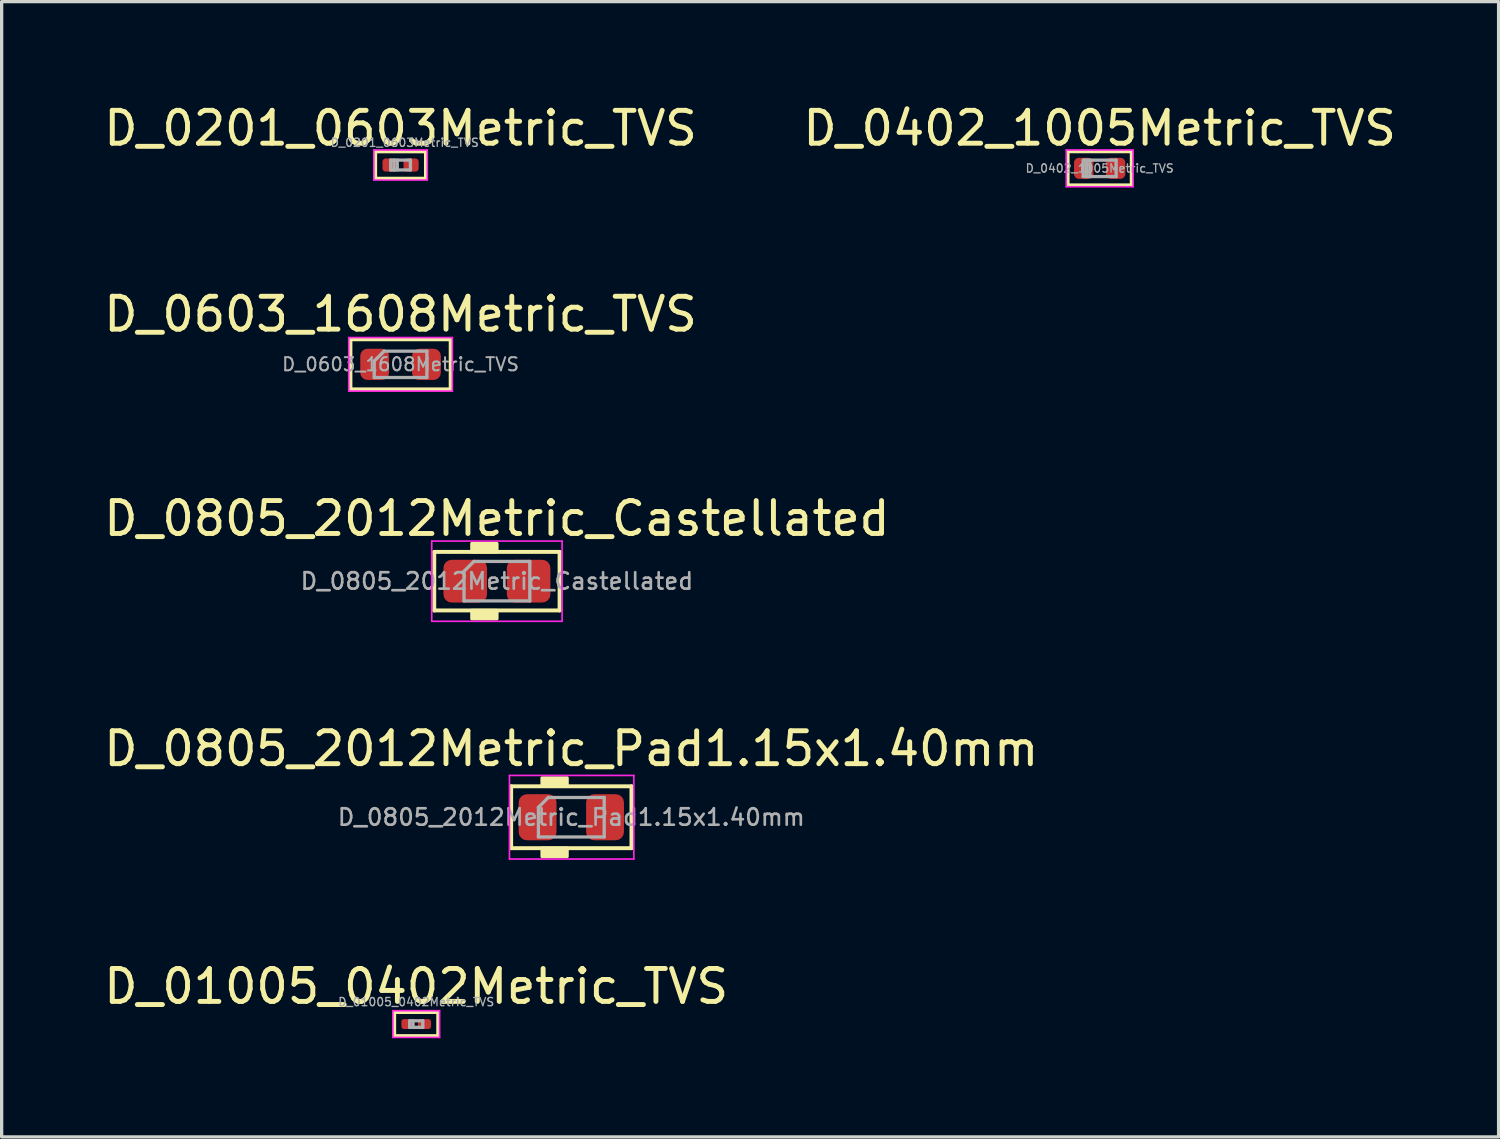
<source format=kicad_pcb>
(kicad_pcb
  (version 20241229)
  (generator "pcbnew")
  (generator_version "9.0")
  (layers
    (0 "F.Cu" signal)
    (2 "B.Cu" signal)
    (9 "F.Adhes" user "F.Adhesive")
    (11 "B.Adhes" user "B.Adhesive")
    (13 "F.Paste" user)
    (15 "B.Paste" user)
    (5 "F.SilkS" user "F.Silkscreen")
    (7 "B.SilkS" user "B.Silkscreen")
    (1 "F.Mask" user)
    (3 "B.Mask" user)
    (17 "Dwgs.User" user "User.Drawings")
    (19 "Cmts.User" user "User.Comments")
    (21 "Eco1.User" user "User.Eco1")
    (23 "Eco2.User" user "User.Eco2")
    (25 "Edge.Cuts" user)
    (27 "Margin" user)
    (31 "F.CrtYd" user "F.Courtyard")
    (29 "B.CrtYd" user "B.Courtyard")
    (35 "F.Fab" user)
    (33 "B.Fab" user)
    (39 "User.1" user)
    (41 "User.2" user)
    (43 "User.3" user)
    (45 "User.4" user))
  (footprint "D_0201_0603Metric_TVS"
    (layer "F.Cu")
    (at 9.125 1.966)
    (property "Reference" "D_0201_0603Metric_TVS" (at 0 -1.118 0) (layer "F.SilkS") (effects (font (size 1 1) (thickness 0.15))))
    (attr smd)
    (fp_line (start -0.762 -0.406) (end 0.762 -0.406) (stroke (width 0.1) (type solid)) (layer "F.SilkS"))
    (fp_line (start -0.762 0.406) (end -0.762 -0.406) (stroke (width 0.1) (type solid)) (layer "F.SilkS"))
    (fp_line (start 0.762 -0.406) (end 0.762 0.406) (stroke (width 0.1) (type solid)) (layer "F.SilkS"))
    (fp_line (start 0.762 0.406) (end -0.762 0.406) (stroke (width 0.1) (type solid)) (layer "F.SilkS"))
    (fp_line (start -0.813 -0.457) (end 0.813 -0.457) (stroke (width 0.05) (type solid)) (layer "F.CrtYd"))
    (fp_line (start -0.813 0.457) (end -0.813 -0.457) (stroke (width 0.05) (type solid)) (layer "F.CrtYd"))
    (fp_line (start 0.813 0.457) (end -0.813 0.457) (stroke (width 0.05) (type solid)) (layer "F.CrtYd"))
    (fp_line (start 0.813 0.457) (end 0.813 -0.457) (stroke (width 0.05) (type solid)) (layer "F.CrtYd"))
    (fp_line (start -0.3 -0.15) (end 0.3 -0.15) (stroke (width 0.1) (type solid)) (layer "F.Fab"))
    (fp_line (start -0.3 0.15) (end -0.3 -0.15) (stroke (width 0.1) (type solid)) (layer "F.Fab"))
    (fp_line (start -0.2 0.15) (end -0.2 -0.15) (stroke (width 0.1) (type solid)) (layer "F.Fab"))
    (fp_line (start -0.1 0.15) (end -0.1 -0.15) (stroke (width 0.1) (type solid)) (layer "F.Fab"))
    (fp_line (start 0.3 -0.15) (end 0.3 0.15) (stroke (width 0.1) (type solid)) (layer "F.Fab"))
    (fp_line (start 0.3 0.15) (end -0.3 0.15) (stroke (width 0.1) (type solid)) (layer "F.Fab"))
    (fp_text user "${REFERENCE}" (at 0.127 -0.68 0) (layer "F.Fab") (effects (font (size 0.25 0.25) (thickness 0.04))))
    (pad "" smd roundrect (at -0.345 0) (size 0.318 0.36) (layers "F.Paste") (roundrect_rratio 0.25))
    (pad "" smd roundrect (at 0.345 0) (size 0.318 0.36) (layers "F.Paste") (roundrect_rratio 0.25))
    (pad "1" smd roundrect (at -0.32 0) (size 0.46 0.4) (layers "F.Cu" "F.Mask") (roundrect_rratio 0.25))
    (pad "2" smd roundrect (at 0.32 0) (size 0.46 0.4) (layers "F.Cu" "F.Mask") (roundrect_rratio 0.25)))
  (footprint "D_01005_0402Metric_TVS"
    (layer "F.Cu")
    (at 9.601 28.076)
    (property "Reference" "D_01005_0402Metric_TVS" (at 0 -1.143 0) (layer "F.SilkS") (effects (font (size 1 1) (thickness 0.15))))
    (attr smd)
    (fp_line (start -0.66 -0.356) (end 0.66 -0.356) (stroke (width 0.1) (type solid)) (layer "F.SilkS"))
    (fp_line (start -0.66 0.356) (end -0.66 -0.356) (stroke (width 0.1) (type solid)) (layer "F.SilkS"))
    (fp_line (start 0.66 -0.356) (end 0.66 0.356) (stroke (width 0.1) (type solid)) (layer "F.SilkS"))
    (fp_line (start 0.66 0.356) (end -0.66 0.356) (stroke (width 0.1) (type solid)) (layer "F.SilkS"))
    (fp_line (start -0.711 -0.406) (end 0.711 -0.406) (stroke (width 0.05) (type solid)) (layer "F.CrtYd"))
    (fp_line (start -0.711 0.406) (end -0.711 -0.406) (stroke (width 0.05) (type solid)) (layer "F.CrtYd"))
    (fp_line (start 0.711 -0.406) (end 0.711 0.406) (stroke (width 0.05) (type solid)) (layer "F.CrtYd"))
    (fp_line (start 0.711 0.406) (end -0.711 0.406) (stroke (width 0.05) (type solid)) (layer "F.CrtYd"))
    (fp_line (start -0.2 -0.1) (end 0.2 -0.1) (stroke (width 0.1) (type solid)) (layer "F.Fab"))
    (fp_line (start -0.2 0.1) (end -0.2 -0.1) (stroke (width 0.1) (type solid)) (layer "F.Fab"))
    (fp_line (start -0.1 0.1) (end -0.1 -0.1) (stroke (width 0.1) (type solid)) (layer "F.Fab"))
    (fp_line (start 0.2 -0.1) (end 0.2 0.1) (stroke (width 0.1) (type solid)) (layer "F.Fab"))
    (fp_line (start 0.2 0.1) (end -0.2 0.1) (stroke (width 0.1) (type solid)) (layer "F.Fab"))
    (fp_text user "${REFERENCE}" (at 0 -0.671 0) (layer "F.Fab") (effects (font (size 0.25 0.25) (thickness 0.04))))
    (pad "" smd roundrect (at -0.275 0) (size 0.27 0.27) (layers "F.Paste") (roundrect_rratio 0.25))
    (pad "" smd roundrect (at 0.275 0) (size 0.27 0.27) (layers "F.Paste") (roundrect_rratio 0.25))
    (pad "1" smd roundrect (at -0.25 0) (size 0.4 0.3) (layers "F.Cu" "F.Mask") (roundrect_rratio 0.25))
    (pad "2" smd roundrect (at 0.25 0) (size 0.4 0.3) (layers "F.Cu" "F.Mask") (roundrect_rratio 0.25)))
  (footprint "D_0603_1608Metric_TVS"
    (layer "F.Cu")
    (at 9.125 8.024)
    (property "Reference" "D_0603_1608Metric_TVS" (at 0 -1.524 0) (layer "F.SilkS") (effects (font (size 1 1) (thickness 0.15))))
    (attr smd)
    (fp_line (start -1.524 -0.762) (end -1.524 0.762) (stroke (width 0.12) (type solid)) (layer "F.SilkS"))
    (fp_line (start -1.524 0.762) (end 1.524 0.762) (stroke (width 0.12) (type solid)) (layer "F.SilkS"))
    (fp_line (start 1.524 -0.762) (end -1.524 -0.762) (stroke (width 0.12) (type solid)) (layer "F.SilkS"))
    (fp_line (start 1.524 0.762) (end 1.524 -0.762) (stroke (width 0.12) (type solid)) (layer "F.SilkS"))
    (fp_line (start -1.575 -0.813) (end 1.575 -0.813) (stroke (width 0.05) (type solid)) (layer "F.CrtYd"))
    (fp_line (start -1.575 0.813) (end -1.575 -0.813) (stroke (width 0.05) (type solid)) (layer "F.CrtYd"))
    (fp_line (start 1.575 -0.813) (end 1.575 0.813) (stroke (width 0.05) (type solid)) (layer "F.CrtYd"))
    (fp_line (start 1.575 0.813) (end -1.575 0.813) (stroke (width 0.05) (type solid)) (layer "F.CrtYd"))
    (fp_line (start -0.8 -0.1) (end -0.8 0.4) (stroke (width 0.1) (type solid)) (layer "F.Fab"))
    (fp_line (start -0.8 0.4) (end 0.8 0.4) (stroke (width 0.1) (type solid)) (layer "F.Fab"))
    (fp_line (start -0.5 -0.4) (end -0.8 -0.1) (stroke (width 0.1) (type solid)) (layer "F.Fab"))
    (fp_line (start 0.8 -0.4) (end -0.5 -0.4) (stroke (width 0.1) (type solid)) (layer "F.Fab"))
    (fp_line (start 0.8 0.4) (end 0.8 -0.4) (stroke (width 0.1) (type solid)) (layer "F.Fab"))
    (fp_text user "${REFERENCE}" (at 0 0 0) (layer "F.Fab") (effects (font (size 0.4 0.4) (thickness 0.06))))
    (pad "1" smd roundrect (at -0.787 0) (size 0.875 0.95) (layers "F.Cu" "F.Mask" "F.Paste") (roundrect_rratio 0.25))
    (pad "2" smd roundrect (at 0.787 0) (size 0.875 0.95) (layers "F.Cu" "F.Mask" "F.Paste") (roundrect_rratio 0.25)))
  (footprint "D_0402_1005Metric_TVS"
    (layer "F.Cu")
    (at 30.375 2.067)
    (property "Reference" "D_0402_1005Metric_TVS" (at 0 -1.219 0) (layer "F.SilkS") (effects (font (size 1 1) (thickness 0.15))))
    (attr smd)
    (fp_line (start -0.965 -0.508) (end -0.965 0.508) (stroke (width 0.1) (type solid)) (layer "F.SilkS"))
    (fp_line (start -0.965 0.508) (end 0.965 0.508) (stroke (width 0.1) (type solid)) (layer "F.SilkS"))
    (fp_line (start 0.965 -0.508) (end -0.965 -0.508) (stroke (width 0.1) (type solid)) (layer "F.SilkS"))
    (fp_line (start 0.965 0.508) (end 0.965 -0.508) (stroke (width 0.1) (type solid)) (layer "F.SilkS"))
    (fp_line (start -1.016 -0.559) (end 1.016 -0.559) (stroke (width 0.05) (type solid)) (layer "F.CrtYd"))
    (fp_line (start -1.016 0.559) (end -1.016 -0.559) (stroke (width 0.05) (type solid)) (layer "F.CrtYd"))
    (fp_line (start 1.016 -0.559) (end 1.016 0.559) (stroke (width 0.05) (type solid)) (layer "F.CrtYd"))
    (fp_line (start 1.016 0.559) (end -1.016 0.559) (stroke (width 0.05) (type solid)) (layer "F.CrtYd"))
    (fp_line (start -0.5 -0.25) (end 0.5 -0.25) (stroke (width 0.1) (type solid)) (layer "F.Fab"))
    (fp_line (start -0.5 0.25) (end -0.5 -0.25) (stroke (width 0.1) (type solid)) (layer "F.Fab"))
    (fp_line (start -0.4 0.25) (end -0.4 -0.25) (stroke (width 0.1) (type solid)) (layer "F.Fab"))
    (fp_line (start -0.3 0.25) (end -0.3 -0.25) (stroke (width 0.1) (type solid)) (layer "F.Fab"))
    (fp_line (start 0.5 -0.25) (end 0.5 0.25) (stroke (width 0.1) (type solid)) (layer "F.Fab"))
    (fp_line (start 0.5 0.25) (end -0.5 0.25) (stroke (width 0.1) (type solid)) (layer "F.Fab"))
    (fp_text user "${REFERENCE}" (at 0 0 0) (layer "F.Fab") (effects (font (size 0.25 0.25) (thickness 0.04))))
    (pad "1" smd roundrect (at -0.485 0) (size 0.59 0.64) (layers "F.Cu" "F.Mask" "F.Paste") (roundrect_rratio 0.25))
    (pad "2" smd roundrect (at 0.485 0) (size 0.59 0.64) (layers "F.Cu" "F.Mask" "F.Paste") (roundrect_rratio 0.25)))
  (footprint "D_0805_2012Metric_Pad1.15x1.40mm"
    (layer "F.Cu")
    (at 14.315 21.79)
    (property "Reference" "D_0805_2012Metric_Pad1.15x1.40mm" (at 0 -2.083 0) (layer "F.SilkS") (effects (font (size 1 1) (thickness 0.15))))
    (attr smd)
    (fp_line (start -1.829 -0.94) (end 1.829 -0.94) (stroke (width 0.12) (type solid)) (layer "F.SilkS"))
    (fp_line (start -1.829 0.94) (end -1.829 -0.94) (stroke (width 0.12) (type solid)) (layer "F.SilkS"))
    (fp_line (start 1.829 -0.94) (end 1.829 0.94) (stroke (width 0.12) (type solid)) (layer "F.SilkS"))
    (fp_line (start 1.829 0.94) (end -1.829 0.94) (stroke (width 0.12) (type solid)) (layer "F.SilkS"))
    (fp_poly (pts (xy -0.127 -0.94) (xy -0.889 -0.94) (xy -0.889 -1.194) (xy -0.127 -1.194)) (stroke (width 0.1) (type solid)) (fill yes) (layer "F.SilkS"))
    (fp_poly (pts (xy -0.127 1.194) (xy -0.889 1.194) (xy -0.889 0.94) (xy -0.127 0.94)) (stroke (width 0.1) (type solid)) (fill yes) (layer "F.SilkS"))
    (fp_line (start -1.88 -1.27) (end 1.901 -1.27) (stroke (width 0.05) (type solid)) (layer "F.CrtYd"))
    (fp_line (start -1.88 1.27) (end -1.88 -1.27) (stroke (width 0.05) (type solid)) (layer "F.CrtYd"))
    (fp_line (start 1.901 -1.27) (end 1.901 1.27) (stroke (width 0.05) (type solid)) (layer "F.CrtYd"))
    (fp_line (start 1.901 1.27) (end -1.88 1.27) (stroke (width 0.05) (type solid)) (layer "F.CrtYd"))
    (fp_line (start -1 -0.3) (end -1 0.6) (stroke (width 0.1) (type solid)) (layer "F.Fab"))
    (fp_line (start -1 0.6) (end 1 0.6) (stroke (width 0.1) (type solid)) (layer "F.Fab"))
    (fp_line (start -0.7 -0.6) (end -1 -0.3) (stroke (width 0.1) (type solid)) (layer "F.Fab"))
    (fp_line (start 1 -0.6) (end -0.7 -0.6) (stroke (width 0.1) (type solid)) (layer "F.Fab"))
    (fp_line (start 1 0.6) (end 1 -0.6) (stroke (width 0.1) (type solid)) (layer "F.Fab"))
    (fp_text user "${REFERENCE}" (at 0 0 0) (layer "F.Fab") (effects (font (size 0.5 0.5) (thickness 0.08))))
    (pad "1" smd roundrect (at -1.025 0) (size 1.15 1.4) (layers "F.Cu" "F.Mask" "F.Paste") (roundrect_rratio 0.217))
    (pad "2" smd roundrect (at 1.025 0) (size 1.15 1.4) (layers "F.Cu" "F.Mask" "F.Paste") (roundrect_rratio 0.217)))
  (footprint "D_0805_2012Metric_Castellated"
    (layer "F.Cu")
    (at 12.054 14.615)
    (property "Reference" "D_0805_2012Metric_Castellated" (at 0 -1.905 0) (layer "F.SilkS") (effects (font (size 1 1) (thickness 0.15))))
    (attr smd)
    (fp_line (start -1.905 -0.889) (end 1.905 -0.889) (stroke (width 0.12) (type solid)) (layer "F.SilkS"))
    (fp_line (start -1.905 0.889) (end -1.905 -0.889) (stroke (width 0.12) (type solid)) (layer "F.SilkS"))
    (fp_line (start 1.905 -0.889) (end 1.905 0.889) (stroke (width 0.12) (type solid)) (layer "F.SilkS"))
    (fp_line (start 1.905 0.889) (end -1.905 0.889) (stroke (width 0.12) (type solid)) (layer "F.SilkS"))
    (fp_poly (pts (xy 0 -0.889) (xy -0.762 -0.889) (xy -0.762 -1.143) (xy 0 -1.143)) (stroke (width 0.1) (type solid)) (fill yes) (layer "F.SilkS"))
    (fp_poly (pts (xy 0 1.143) (xy -0.762 1.143) (xy -0.762 0.889) (xy 0 0.889)) (stroke (width 0.1) (type solid)) (fill yes) (layer "F.SilkS"))
    (fp_line (start -1.981 -1.219) (end 1.981 -1.219) (stroke (width 0.05) (type solid)) (layer "F.CrtYd"))
    (fp_line (start -1.981 1.219) (end -1.981 -1.219) (stroke (width 0.05) (type solid)) (layer "F.CrtYd"))
    (fp_line (start 1.981 -1.219) (end 1.981 1.219) (stroke (width 0.05) (type solid)) (layer "F.CrtYd"))
    (fp_line (start 1.981 1.219) (end -1.981 1.219) (stroke (width 0.05) (type solid)) (layer "F.CrtYd"))
    (fp_line (start -1 -0.3) (end -1 0.6) (stroke (width 0.1) (type solid)) (layer "F.Fab"))
    (fp_line (start -1 0.6) (end 1 0.6) (stroke (width 0.1) (type solid)) (layer "F.Fab"))
    (fp_line (start -0.7 -0.6) (end -1 -0.3) (stroke (width 0.1) (type solid)) (layer "F.Fab"))
    (fp_line (start 1 -0.6) (end -0.7 -0.6) (stroke (width 0.1) (type solid)) (layer "F.Fab"))
    (fp_line (start 1 0.6) (end 1 -0.6) (stroke (width 0.1) (type solid)) (layer "F.Fab"))
    (fp_text user "${REFERENCE}" (at 0 0 0) (layer "F.Fab") (effects (font (size 0.5 0.5) (thickness 0.08))))
    (pad "1" smd roundrect (at -0.963 0) (size 1.325 1.3) (layers "F.Cu" "F.Mask" "F.Paste") (roundrect_rratio 0.192))
    (pad "2" smd roundrect (at 0.963 0) (size 1.325 1.3) (layers "F.Cu" "F.Mask" "F.Paste") (roundrect_rratio 0.192)))
  (gr_rect
    (start -3 -3)
    (end 42.5 31.507)
    (stroke (width 0.1) (type default))
    (fill no)
    (layer "Edge.Cuts")))
</source>
